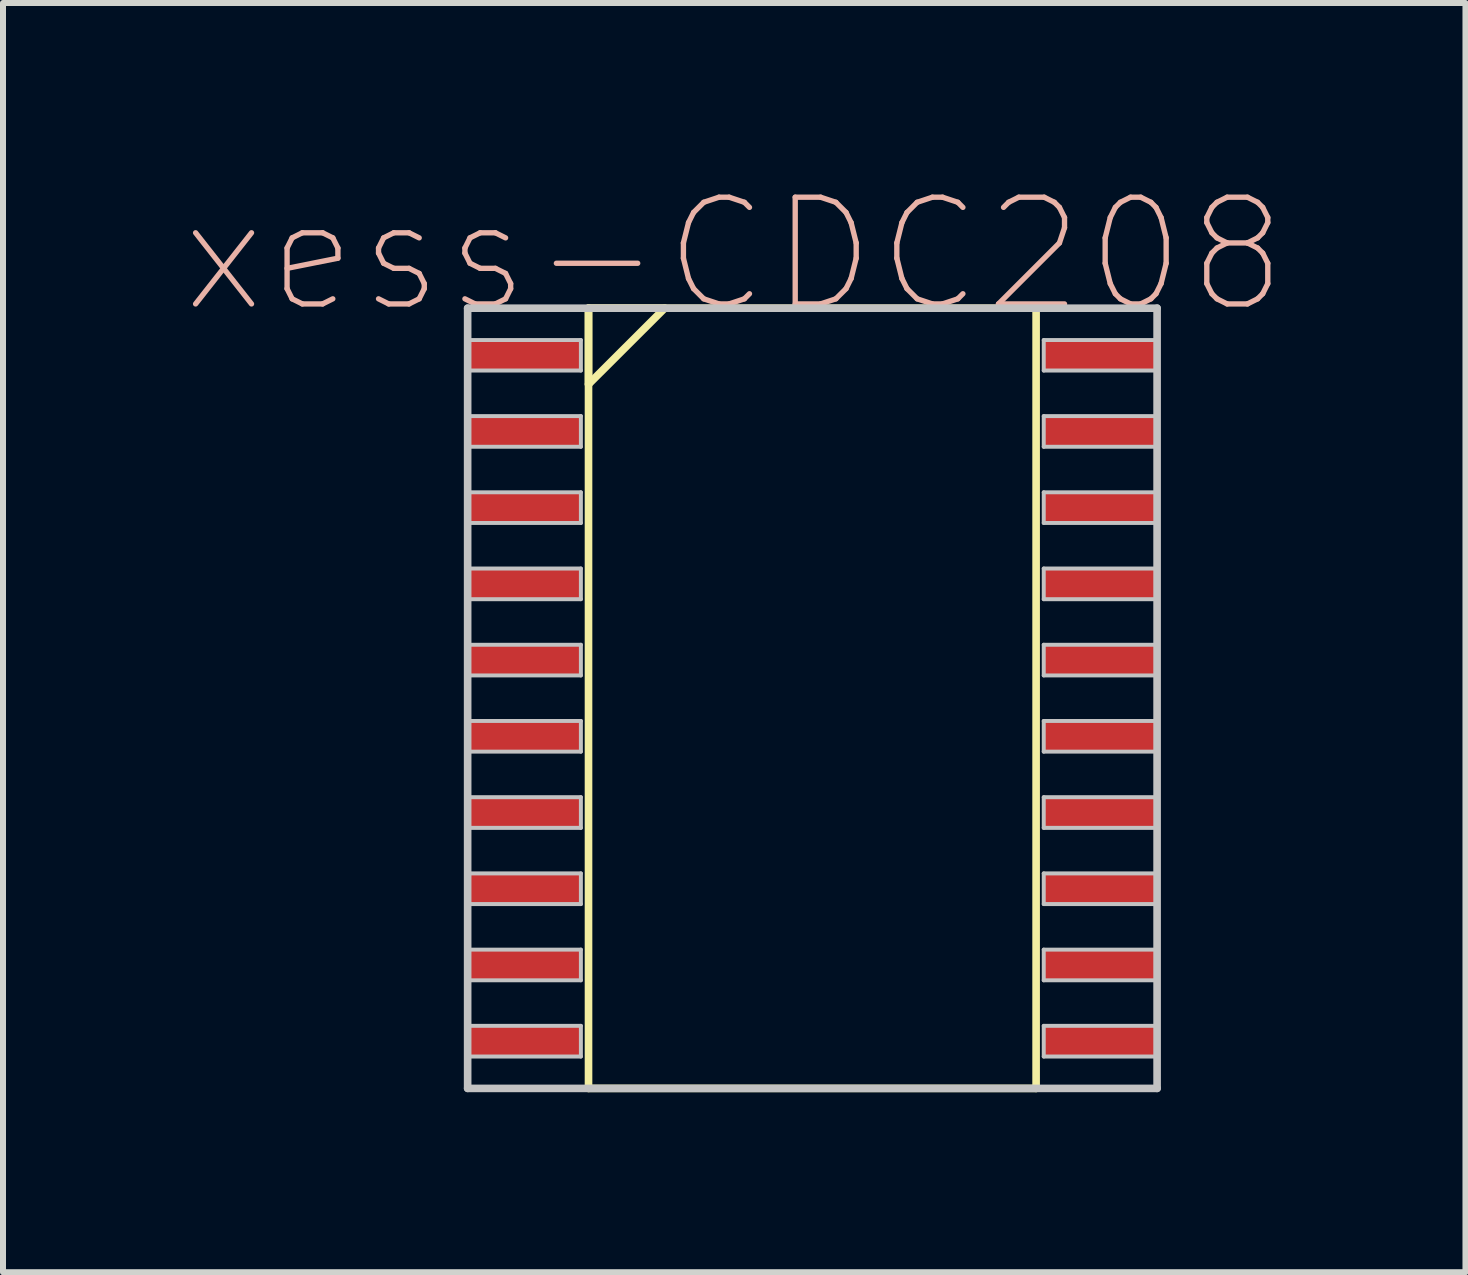
<source format=kicad_pcb>
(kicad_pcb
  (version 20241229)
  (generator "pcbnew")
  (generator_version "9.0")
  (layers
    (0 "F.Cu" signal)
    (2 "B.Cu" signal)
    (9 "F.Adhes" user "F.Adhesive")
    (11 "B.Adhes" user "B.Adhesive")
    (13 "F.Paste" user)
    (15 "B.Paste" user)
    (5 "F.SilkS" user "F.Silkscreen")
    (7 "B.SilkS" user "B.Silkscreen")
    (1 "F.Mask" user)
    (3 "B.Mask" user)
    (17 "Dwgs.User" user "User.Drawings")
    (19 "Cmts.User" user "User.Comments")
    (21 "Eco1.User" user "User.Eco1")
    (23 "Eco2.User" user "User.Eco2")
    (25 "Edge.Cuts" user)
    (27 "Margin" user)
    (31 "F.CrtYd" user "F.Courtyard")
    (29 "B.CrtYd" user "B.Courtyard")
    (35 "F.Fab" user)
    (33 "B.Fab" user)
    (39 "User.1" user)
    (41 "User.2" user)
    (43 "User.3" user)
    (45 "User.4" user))
  (footprint "xess-CDC208"
    (layer "F.Cu")
    (at 5.796 2.87)
    (property "Reference" "xess-CDC208" (at 3.388 -1.674 0) (layer "B.SilkS") (effects (font (size 1.778 1.778) (thickness 0.089))))
    (attr smd)
    (fp_line (start 0.96 -0.785) (end 0.96 0.483) (stroke (width 0.127) (type solid)) (layer "F.SilkS"))
    (fp_line (start 0.96 -0.785) (end 0.96 12.215) (stroke (width 0.127) (type solid)) (layer "F.SilkS"))
    (fp_line (start 0.96 0.483) (end 2.23 -0.785) (stroke (width 0.127) (type solid)) (layer "F.SilkS"))
    (fp_line (start 0.96 12.215) (end 8.418 12.215) (stroke (width 0.127) (type solid)) (layer "F.SilkS"))
    (fp_line (start 2.23 -0.785) (end 0.96 -0.785) (stroke (width 0.127) (type solid)) (layer "F.SilkS"))
    (fp_line (start 8.418 -0.785) (end 0.96 -0.785) (stroke (width 0.127) (type solid)) (layer "F.SilkS"))
    (fp_line (start 8.418 12.215) (end 8.418 -0.785) (stroke (width 0.127) (type solid)) (layer "F.SilkS"))
    (fp_line (start -1.054 -0.785) (end -1.054 12.215) (stroke (width 0.127) (type solid)) (layer "Dwgs.User"))
    (fp_line (start -1.054 -0.254) (end 0.833 -0.254) (stroke (width 0.066) (type solid)) (layer "Dwgs.User"))
    (fp_line (start -1.054 0.254) (end -1.054 -0.254) (stroke (width 0.066) (type solid)) (layer "Dwgs.User"))
    (fp_line (start -1.054 0.254) (end 0.833 0.254) (stroke (width 0.066) (type solid)) (layer "Dwgs.User"))
    (fp_line (start -1.054 1.013) (end 0.833 1.013) (stroke (width 0.066) (type solid)) (layer "Dwgs.User"))
    (fp_line (start -1.054 1.524) (end -1.054 1.013) (stroke (width 0.066) (type solid)) (layer "Dwgs.User"))
    (fp_line (start -1.054 1.524) (end 0.833 1.524) (stroke (width 0.066) (type solid)) (layer "Dwgs.User"))
    (fp_line (start -1.054 2.283) (end 0.833 2.283) (stroke (width 0.066) (type solid)) (layer "Dwgs.User"))
    (fp_line (start -1.054 2.794) (end -1.054 2.283) (stroke (width 0.066) (type solid)) (layer "Dwgs.User"))
    (fp_line (start -1.054 2.794) (end 0.833 2.794) (stroke (width 0.066) (type solid)) (layer "Dwgs.User"))
    (fp_line (start -1.054 3.553) (end 0.833 3.553) (stroke (width 0.066) (type solid)) (layer "Dwgs.User"))
    (fp_line (start -1.054 4.064) (end -1.054 3.553) (stroke (width 0.066) (type solid)) (layer "Dwgs.User"))
    (fp_line (start -1.054 4.064) (end 0.833 4.064) (stroke (width 0.066) (type solid)) (layer "Dwgs.User"))
    (fp_line (start -1.054 4.823) (end 0.833 4.823) (stroke (width 0.066) (type solid)) (layer "Dwgs.User"))
    (fp_line (start -1.054 5.334) (end -1.054 4.823) (stroke (width 0.066) (type solid)) (layer "Dwgs.User"))
    (fp_line (start -1.054 5.334) (end 0.833 5.334) (stroke (width 0.066) (type solid)) (layer "Dwgs.User"))
    (fp_line (start -1.054 6.093) (end 0.833 6.093) (stroke (width 0.066) (type solid)) (layer "Dwgs.User"))
    (fp_line (start -1.054 6.604) (end -1.054 6.093) (stroke (width 0.066) (type solid)) (layer "Dwgs.User"))
    (fp_line (start -1.054 6.604) (end 0.833 6.604) (stroke (width 0.066) (type solid)) (layer "Dwgs.User"))
    (fp_line (start -1.054 7.363) (end 0.833 7.363) (stroke (width 0.066) (type solid)) (layer "Dwgs.User"))
    (fp_line (start -1.054 7.874) (end -1.054 7.363) (stroke (width 0.066) (type solid)) (layer "Dwgs.User"))
    (fp_line (start -1.054 7.874) (end 0.833 7.874) (stroke (width 0.066) (type solid)) (layer "Dwgs.User"))
    (fp_line (start -1.054 8.633) (end 0.833 8.633) (stroke (width 0.066) (type solid)) (layer "Dwgs.User"))
    (fp_line (start -1.054 9.144) (end -1.054 8.633) (stroke (width 0.066) (type solid)) (layer "Dwgs.User"))
    (fp_line (start -1.054 9.144) (end 0.833 9.144) (stroke (width 0.066) (type solid)) (layer "Dwgs.User"))
    (fp_line (start -1.054 9.903) (end 0.833 9.903) (stroke (width 0.066) (type solid)) (layer "Dwgs.User"))
    (fp_line (start -1.054 10.414) (end -1.054 9.903) (stroke (width 0.066) (type solid)) (layer "Dwgs.User"))
    (fp_line (start -1.054 10.414) (end 0.833 10.414) (stroke (width 0.066) (type solid)) (layer "Dwgs.User"))
    (fp_line (start -1.054 11.173) (end 0.833 11.173) (stroke (width 0.066) (type solid)) (layer "Dwgs.User"))
    (fp_line (start -1.054 11.684) (end -1.054 11.173) (stroke (width 0.066) (type solid)) (layer "Dwgs.User"))
    (fp_line (start -1.054 11.684) (end 0.833 11.684) (stroke (width 0.066) (type solid)) (layer "Dwgs.User"))
    (fp_line (start -1.054 12.215) (end 10.434 12.215) (stroke (width 0.127) (type solid)) (layer "Dwgs.User"))
    (fp_line (start 0.833 0.254) (end 0.833 -0.254) (stroke (width 0.066) (type solid)) (layer "Dwgs.User"))
    (fp_line (start 0.833 1.524) (end 0.833 1.013) (stroke (width 0.066) (type solid)) (layer "Dwgs.User"))
    (fp_line (start 0.833 2.794) (end 0.833 2.283) (stroke (width 0.066) (type solid)) (layer "Dwgs.User"))
    (fp_line (start 0.833 4.064) (end 0.833 3.553) (stroke (width 0.066) (type solid)) (layer "Dwgs.User"))
    (fp_line (start 0.833 5.334) (end 0.833 4.823) (stroke (width 0.066) (type solid)) (layer "Dwgs.User"))
    (fp_line (start 0.833 6.604) (end 0.833 6.093) (stroke (width 0.066) (type solid)) (layer "Dwgs.User"))
    (fp_line (start 0.833 7.874) (end 0.833 7.363) (stroke (width 0.066) (type solid)) (layer "Dwgs.User"))
    (fp_line (start 0.833 9.144) (end 0.833 8.633) (stroke (width 0.066) (type solid)) (layer "Dwgs.User"))
    (fp_line (start 0.833 10.414) (end 0.833 9.903) (stroke (width 0.066) (type solid)) (layer "Dwgs.User"))
    (fp_line (start 0.833 11.684) (end 0.833 11.173) (stroke (width 0.066) (type solid)) (layer "Dwgs.User"))
    (fp_line (start 8.545 -0.254) (end 10.434 -0.254) (stroke (width 0.066) (type solid)) (layer "Dwgs.User"))
    (fp_line (start 8.545 0.254) (end 8.545 -0.254) (stroke (width 0.066) (type solid)) (layer "Dwgs.User"))
    (fp_line (start 8.545 0.254) (end 10.434 0.254) (stroke (width 0.066) (type solid)) (layer "Dwgs.User"))
    (fp_line (start 8.545 1.013) (end 10.434 1.013) (stroke (width 0.066) (type solid)) (layer "Dwgs.User"))
    (fp_line (start 8.545 1.524) (end 8.545 1.013) (stroke (width 0.066) (type solid)) (layer "Dwgs.User"))
    (fp_line (start 8.545 1.524) (end 10.434 1.524) (stroke (width 0.066) (type solid)) (layer "Dwgs.User"))
    (fp_line (start 8.545 2.283) (end 10.434 2.283) (stroke (width 0.066) (type solid)) (layer "Dwgs.User"))
    (fp_line (start 8.545 2.794) (end 8.545 2.283) (stroke (width 0.066) (type solid)) (layer "Dwgs.User"))
    (fp_line (start 8.545 2.794) (end 10.434 2.794) (stroke (width 0.066) (type solid)) (layer "Dwgs.User"))
    (fp_line (start 8.545 3.553) (end 10.434 3.553) (stroke (width 0.066) (type solid)) (layer "Dwgs.User"))
    (fp_line (start 8.545 4.064) (end 8.545 3.553) (stroke (width 0.066) (type solid)) (layer "Dwgs.User"))
    (fp_line (start 8.545 4.064) (end 10.434 4.064) (stroke (width 0.066) (type solid)) (layer "Dwgs.User"))
    (fp_line (start 8.545 4.823) (end 10.434 4.823) (stroke (width 0.066) (type solid)) (layer "Dwgs.User"))
    (fp_line (start 8.545 5.334) (end 8.545 4.823) (stroke (width 0.066) (type solid)) (layer "Dwgs.User"))
    (fp_line (start 8.545 5.334) (end 10.434 5.334) (stroke (width 0.066) (type solid)) (layer "Dwgs.User"))
    (fp_line (start 8.545 6.093) (end 10.434 6.093) (stroke (width 0.066) (type solid)) (layer "Dwgs.User"))
    (fp_line (start 8.545 6.604) (end 8.545 6.093) (stroke (width 0.066) (type solid)) (layer "Dwgs.User"))
    (fp_line (start 8.545 6.604) (end 10.434 6.604) (stroke (width 0.066) (type solid)) (layer "Dwgs.User"))
    (fp_line (start 8.545 7.363) (end 10.434 7.363) (stroke (width 0.066) (type solid)) (layer "Dwgs.User"))
    (fp_line (start 8.545 7.874) (end 8.545 7.363) (stroke (width 0.066) (type solid)) (layer "Dwgs.User"))
    (fp_line (start 8.545 7.874) (end 10.434 7.874) (stroke (width 0.066) (type solid)) (layer "Dwgs.User"))
    (fp_line (start 8.545 8.633) (end 10.434 8.633) (stroke (width 0.066) (type solid)) (layer "Dwgs.User"))
    (fp_line (start 8.545 9.144) (end 8.545 8.633) (stroke (width 0.066) (type solid)) (layer "Dwgs.User"))
    (fp_line (start 8.545 9.144) (end 10.434 9.144) (stroke (width 0.066) (type solid)) (layer "Dwgs.User"))
    (fp_line (start 8.545 9.903) (end 10.434 9.903) (stroke (width 0.066) (type solid)) (layer "Dwgs.User"))
    (fp_line (start 8.545 10.414) (end 8.545 9.903) (stroke (width 0.066) (type solid)) (layer "Dwgs.User"))
    (fp_line (start 8.545 10.414) (end 10.434 10.414) (stroke (width 0.066) (type solid)) (layer "Dwgs.User"))
    (fp_line (start 8.545 11.173) (end 10.434 11.173) (stroke (width 0.066) (type solid)) (layer "Dwgs.User"))
    (fp_line (start 8.545 11.684) (end 8.545 11.173) (stroke (width 0.066) (type solid)) (layer "Dwgs.User"))
    (fp_line (start 8.545 11.684) (end 10.434 11.684) (stroke (width 0.066) (type solid)) (layer "Dwgs.User"))
    (fp_line (start 10.434 -0.785) (end -1.054 -0.785) (stroke (width 0.127) (type solid)) (layer "Dwgs.User"))
    (fp_line (start 10.434 0.254) (end 10.434 -0.254) (stroke (width 0.066) (type solid)) (layer "Dwgs.User"))
    (fp_line (start 10.434 1.524) (end 10.434 1.013) (stroke (width 0.066) (type solid)) (layer "Dwgs.User"))
    (fp_line (start 10.434 2.794) (end 10.434 2.283) (stroke (width 0.066) (type solid)) (layer "Dwgs.User"))
    (fp_line (start 10.434 4.064) (end 10.434 3.553) (stroke (width 0.066) (type solid)) (layer "Dwgs.User"))
    (fp_line (start 10.434 5.334) (end 10.434 4.823) (stroke (width 0.066) (type solid)) (layer "Dwgs.User"))
    (fp_line (start 10.434 6.604) (end 10.434 6.093) (stroke (width 0.066) (type solid)) (layer "Dwgs.User"))
    (fp_line (start 10.434 7.874) (end 10.434 7.363) (stroke (width 0.066) (type solid)) (layer "Dwgs.User"))
    (fp_line (start 10.434 9.144) (end 10.434 8.633) (stroke (width 0.066) (type solid)) (layer "Dwgs.User"))
    (fp_line (start 10.434 10.414) (end 10.434 9.903) (stroke (width 0.066) (type solid)) (layer "Dwgs.User"))
    (fp_line (start 10.434 11.684) (end 10.434 11.173) (stroke (width 0.066) (type solid)) (layer "Dwgs.User"))
    (fp_line (start 10.434 12.215) (end 10.434 -0.785) (stroke (width 0.127) (type solid)) (layer "Dwgs.User"))
    (pad "1" smd rect (at -0.109 0) (size 1.89 0.508) (layers "F.Cu" "F.Mask" "F.Paste"))
    (pad "2" smd rect (at -0.109 1.27) (size 1.89 0.508) (layers "F.Cu" "F.Mask" "F.Paste"))
    (pad "3" smd rect (at -0.109 2.54) (size 1.89 0.508) (layers "F.Cu" "F.Mask" "F.Paste"))
    (pad "4" smd rect (at -0.109 3.81) (size 1.89 0.508) (layers "F.Cu" "F.Mask" "F.Paste"))
    (pad "5" smd rect (at -0.109 5.08) (size 1.89 0.508) (layers "F.Cu" "F.Mask" "F.Paste"))
    (pad "6" smd rect (at -0.109 6.35) (size 1.89 0.508) (layers "F.Cu" "F.Mask" "F.Paste"))
    (pad "7" smd rect (at -0.109 7.62) (size 1.89 0.508) (layers "F.Cu" "F.Mask" "F.Paste"))
    (pad "8" smd rect (at -0.109 8.89) (size 1.89 0.508) (layers "F.Cu" "F.Mask" "F.Paste"))
    (pad "9" smd rect (at -0.109 10.16) (size 1.89 0.508) (layers "F.Cu" "F.Mask" "F.Paste"))
    (pad "10" smd rect (at -0.109 11.43) (size 1.89 0.508) (layers "F.Cu" "F.Mask" "F.Paste"))
    (pad "11" smd rect (at 9.489 11.43) (size 1.89 0.508) (layers "F.Cu" "F.Mask" "F.Paste"))
    (pad "12" smd rect (at 9.489 10.16) (size 1.89 0.508) (layers "F.Cu" "F.Mask" "F.Paste"))
    (pad "13" smd rect (at 9.489 8.89) (size 1.89 0.508) (layers "F.Cu" "F.Mask" "F.Paste"))
    (pad "14" smd rect (at 9.489 7.62) (size 1.89 0.508) (layers "F.Cu" "F.Mask" "F.Paste"))
    (pad "15" smd rect (at 9.489 6.35) (size 1.89 0.508) (layers "F.Cu" "F.Mask" "F.Paste"))
    (pad "16" smd rect (at 9.489 5.08) (size 1.89 0.508) (layers "F.Cu" "F.Mask" "F.Paste"))
    (pad "17" smd rect (at 9.489 3.81) (size 1.89 0.508) (layers "F.Cu" "F.Mask" "F.Paste"))
    (pad "18" smd rect (at 9.489 2.54) (size 1.89 0.508) (layers "F.Cu" "F.Mask" "F.Paste"))
    (pad "19" smd rect (at 9.489 1.27) (size 1.89 0.508) (layers "F.Cu" "F.Mask" "F.Paste"))
    (pad "20" smd rect (at 9.489 0) (size 1.89 0.508) (layers "F.Cu" "F.Mask" "F.Paste")))
  (gr_rect
    (start -3 -3)
    (end 21.368 18.148)
    (stroke (width 0.1) (type default))
    (fill no)
    (layer "Edge.Cuts")))
</source>
